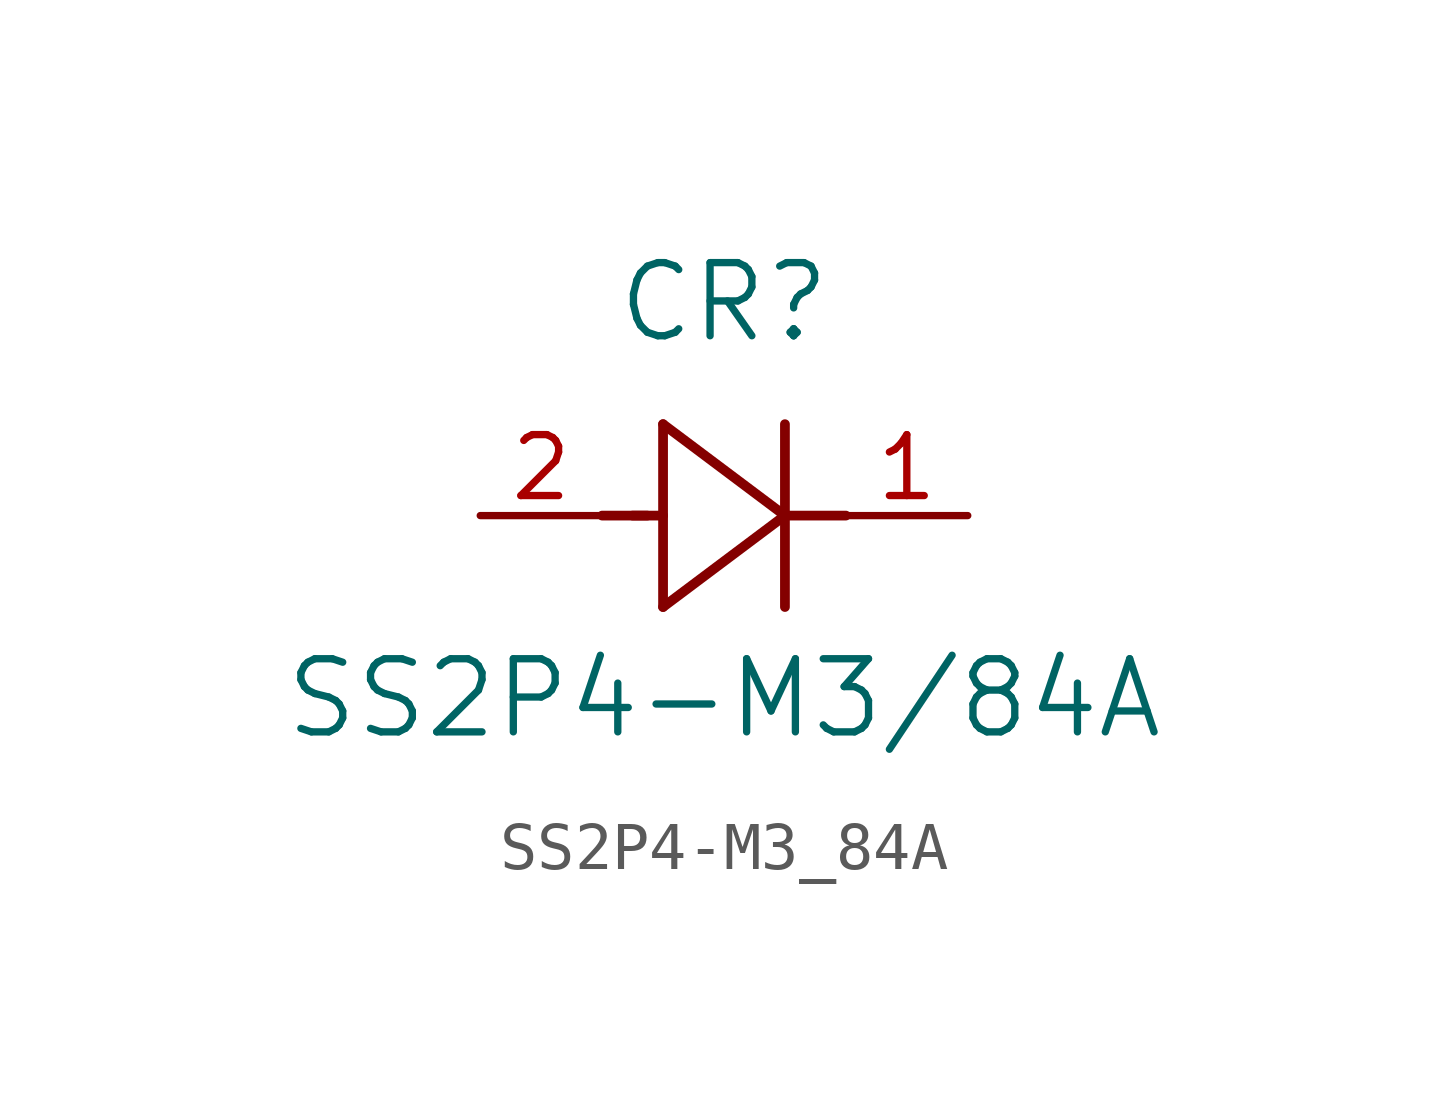
<source format=kicad_sym>
(kicad_symbol_lib
  (version 20211014)
  (generator kicad_symbol_editor)
  (symbol "SS2P4-M3_84A"
    (pin_names
      (offset 0.254))
    (property "Reference" "CR"
      (at 5.08 4.445 0)
      (effects (font (size 1.524 1.524))))
    (property "Value" "SS2P4-M3/84A"
      (at 5.08 -3.81 0)
      (effects (font (size 1.524 1.524))))
    (symbol "SS2P4-M3_84A_0_1"
      (polyline (pts (xy 2.54 0) (xy 3.48 0)) (stroke (width 0.203) (type default) (color 0 0 0 0)) (fill (type none)))
      (polyline (pts (xy 3.81 1.905) (xy 3.81 -1.905)) (stroke (width 0.203) (type default) (color 0 0 0 0)) (fill (type none)))
      (polyline (pts (xy 3.175 0) (xy 3.81 0)) (stroke (width 0.203) (type default) (color 0 0 0 0)) (fill (type none)))
      (polyline (pts (xy 6.35 -1.905) (xy 6.35 1.905)) (stroke (width 0.203) (type default) (color 0 0 0 0)) (fill (type none)))
      (polyline (pts (xy 6.35 0) (xy 7.62 0)) (stroke (width 0.203) (type default) (color 0 0 0 0)) (fill (type none)))
      (polyline (pts (xy 6.35 0) (xy 3.81 1.905)) (stroke (width 0.203) (type default) (color 0 0 0 0)) (fill (type none)))
      (polyline (pts (xy 3.81 -1.905) (xy 6.35 0)) (stroke (width 0.203) (type default) (color 0 0 0 0)) (fill (type none)))
      (pin unspecified line (at 0 0 0) (length 2.54) (name "" (effects (font (size 1.27 1.27)))) (number "2" (effects (font (size 1.27 1.27)))))
      (pin unspecified line (at 10.16 0 180) (length 2.54) (name "" (effects (font (size 1.27 1.27)))) (number "1" (effects (font (size 1.27 1.27))))))))
</source>
